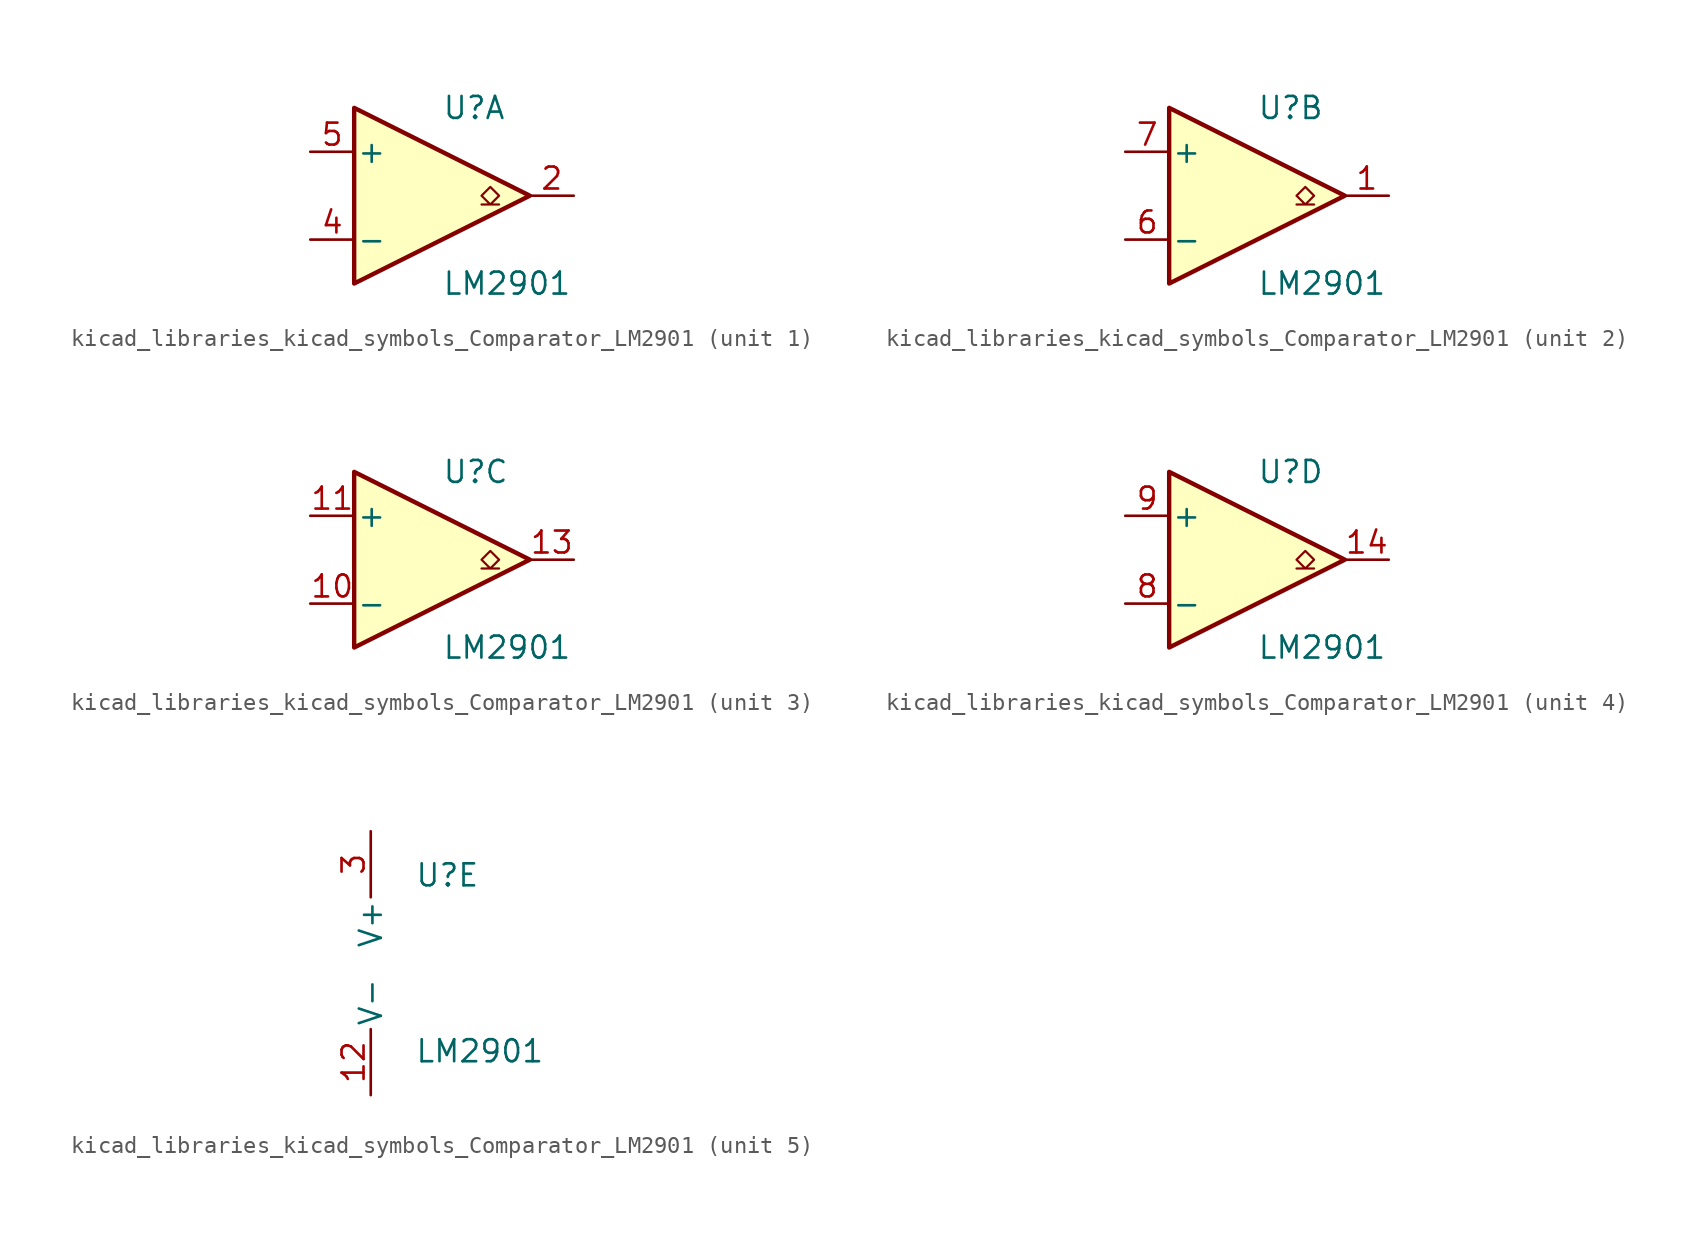
<source format=kicad_sym>
(kicad_symbol_lib
  (version 20220914)
  (generator kicad_symbol_editor)
  (symbol "kicad_libraries_kicad_symbols_Comparator_LM2901"
    (pin_names
      (offset 0.127))
    (property "Reference" "U"
      (at 0 5.08 0)
      (effects (font (size 1.27 1.27)) (justify left)))
    (property "Value" "LM2901"
      (at 0 -5.08 0)
      (effects (font (size 1.27 1.27)) (justify left)))
    (property "ki_locked" ""
      (at 0 0 0)
      (effects (font (size 1.27 1.27))))
    (symbol "kicad_libraries_kicad_symbols_Comparator_LM2901_1_1"
      (polyline (pts (xy -5.08 5.08) (xy 5.08 0) (xy -5.08 -5.08) (xy -5.08 5.08)) (stroke (width 0.254) (type default)) (fill (type background)))
      (polyline (pts (xy 3.302 -0.508) (xy 2.794 -0.508) (xy 3.302 0) (xy 2.794 0.508) (xy 2.286 0) (xy 2.794 -0.508) (xy 2.286 -0.508)) (stroke (width 0.127) (type default)) (fill (type none)))
      (pin open_collector line (at 7.62 0 180) (length 2.54) (name "~" (effects (font (size 1.27 1.27)))) (number "2" (effects (font (size 1.27 1.27)))))
      (pin input line (at -7.62 -2.54 0) (length 2.54) (name "-" (effects (font (size 1.27 1.27)))) (number "4" (effects (font (size 1.27 1.27)))))
      (pin input line (at -7.62 2.54 0) (length 2.54) (name "+" (effects (font (size 1.27 1.27)))) (number "5" (effects (font (size 1.27 1.27))))))
    (symbol "kicad_libraries_kicad_symbols_Comparator_LM2901_2_1"
      (polyline (pts (xy -5.08 5.08) (xy 5.08 0) (xy -5.08 -5.08) (xy -5.08 5.08)) (stroke (width 0.254) (type default)) (fill (type background)))
      (polyline (pts (xy 3.302 -0.508) (xy 2.794 -0.508) (xy 3.302 0) (xy 2.794 0.508) (xy 2.286 0) (xy 2.794 -0.508) (xy 2.286 -0.508)) (stroke (width 0.127) (type default)) (fill (type none)))
      (pin open_collector line (at 7.62 0 180) (length 2.54) (name "~" (effects (font (size 1.27 1.27)))) (number "1" (effects (font (size 1.27 1.27)))))
      (pin input line (at -7.62 -2.54 0) (length 2.54) (name "-" (effects (font (size 1.27 1.27)))) (number "6" (effects (font (size 1.27 1.27)))))
      (pin input line (at -7.62 2.54 0) (length 2.54) (name "+" (effects (font (size 1.27 1.27)))) (number "7" (effects (font (size 1.27 1.27))))))
    (symbol "kicad_libraries_kicad_symbols_Comparator_LM2901_3_1"
      (polyline (pts (xy -5.08 5.08) (xy 5.08 0) (xy -5.08 -5.08) (xy -5.08 5.08)) (stroke (width 0.254) (type default)) (fill (type background)))
      (polyline (pts (xy 3.302 -0.508) (xy 2.794 -0.508) (xy 3.302 0) (xy 2.794 0.508) (xy 2.286 0) (xy 2.794 -0.508) (xy 2.286 -0.508)) (stroke (width 0.127) (type default)) (fill (type none)))
      (pin input line (at -7.62 -2.54 0) (length 2.54) (name "-" (effects (font (size 1.27 1.27)))) (number "10" (effects (font (size 1.27 1.27)))))
      (pin input line (at -7.62 2.54 0) (length 2.54) (name "+" (effects (font (size 1.27 1.27)))) (number "11" (effects (font (size 1.27 1.27)))))
      (pin open_collector line (at 7.62 0 180) (length 2.54) (name "~" (effects (font (size 1.27 1.27)))) (number "13" (effects (font (size 1.27 1.27))))))
    (symbol "kicad_libraries_kicad_symbols_Comparator_LM2901_4_1"
      (polyline (pts (xy -5.08 5.08) (xy 5.08 0) (xy -5.08 -5.08) (xy -5.08 5.08)) (stroke (width 0.254) (type default)) (fill (type background)))
      (polyline (pts (xy 3.302 -0.508) (xy 2.794 -0.508) (xy 3.302 0) (xy 2.794 0.508) (xy 2.286 0) (xy 2.794 -0.508) (xy 2.286 -0.508)) (stroke (width 0.127) (type default)) (fill (type none)))
      (pin open_collector line (at 7.62 0 180) (length 2.54) (name "~" (effects (font (size 1.27 1.27)))) (number "14" (effects (font (size 1.27 1.27)))))
      (pin input line (at -7.62 -2.54 0) (length 2.54) (name "-" (effects (font (size 1.27 1.27)))) (number "8" (effects (font (size 1.27 1.27)))))
      (pin input line (at -7.62 2.54 0) (length 2.54) (name "+" (effects (font (size 1.27 1.27)))) (number "9" (effects (font (size 1.27 1.27))))))
    (symbol "kicad_libraries_kicad_symbols_Comparator_LM2901_5_1"
      (pin power_in line (at -2.54 -7.62 90) (length 3.81) (name "V-" (effects (font (size 1.27 1.27)))) (number "12" (effects (font (size 1.27 1.27)))))
      (pin power_in line (at -2.54 7.62 270) (length 3.81) (name "V+" (effects (font (size 1.27 1.27)))) (number "3" (effects (font (size 1.27 1.27))))))))
</source>
